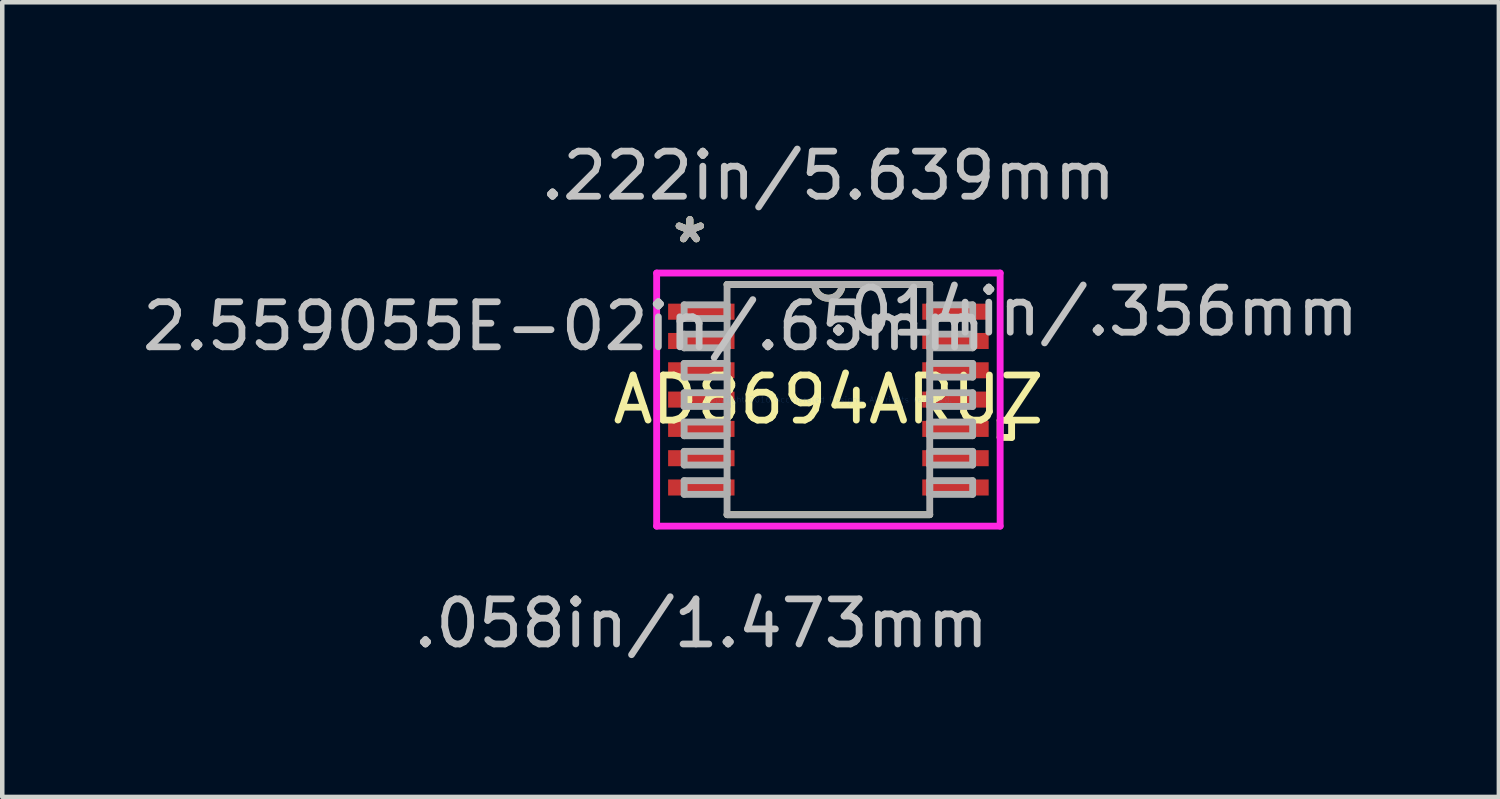
<source format=kicad_pcb>
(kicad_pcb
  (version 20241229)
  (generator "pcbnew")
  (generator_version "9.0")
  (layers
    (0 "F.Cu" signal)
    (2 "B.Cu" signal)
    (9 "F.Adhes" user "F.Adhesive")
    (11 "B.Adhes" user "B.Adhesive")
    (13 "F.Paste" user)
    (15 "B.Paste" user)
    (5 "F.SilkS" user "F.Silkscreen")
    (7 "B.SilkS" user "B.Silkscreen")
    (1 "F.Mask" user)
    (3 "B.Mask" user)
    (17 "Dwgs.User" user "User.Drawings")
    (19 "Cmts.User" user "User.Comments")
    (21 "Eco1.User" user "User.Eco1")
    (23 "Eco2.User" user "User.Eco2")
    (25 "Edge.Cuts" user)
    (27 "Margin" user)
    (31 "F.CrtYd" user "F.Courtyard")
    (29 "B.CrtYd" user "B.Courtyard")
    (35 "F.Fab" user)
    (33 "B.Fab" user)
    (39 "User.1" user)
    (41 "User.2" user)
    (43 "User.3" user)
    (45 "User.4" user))
  (footprint "AD8694ARUZ"
    (layer "F.Cu")
    (at 15.326 5.814)
    (property "Reference" "AD8694ARUZ" (at 0 0 0) (layer "F.SilkS") (effects (font (size 1 1) (thickness 0.15))))
    (attr through_hole)
    (fp_line (start -2.248 2.553) (end 2.248 2.553) (stroke (width 0.152) (type solid)) (layer "F.SilkS"))
    (fp_line (start 2.248 -2.553) (end -2.248 -2.553) (stroke (width 0.152) (type solid)) (layer "F.SilkS"))
    (fp_line (start 3.81 0.459) (end 4.064 0.459) (stroke (width 0.152) (type solid)) (layer "F.SilkS"))
    (fp_line (start 3.81 0.84) (end 3.81 0.459) (stroke (width 0.152) (type solid)) (layer "F.SilkS"))
    (fp_line (start 4.064 0.459) (end 4.064 0.84) (stroke (width 0.152) (type solid)) (layer "F.SilkS"))
    (fp_line (start 4.064 0.84) (end 3.81 0.84) (stroke (width 0.152) (type solid)) (layer "F.SilkS"))
    (fp_arc (start 0.3048 -2.5527) (mid 0 -2.2479) (end -0.3048 -2.5527) (stroke (width 0.1524) (type solid)) (layer "F.SilkS"))
    (fp_line (start -3.81 -2.807) (end 3.81 -2.807) (stroke (width 0.152) (type solid)) (layer "F.CrtYd"))
    (fp_line (start -3.81 2.807) (end -3.81 -2.807) (stroke (width 0.152) (type solid)) (layer "F.CrtYd"))
    (fp_line (start 3.81 -2.807) (end 3.81 2.807) (stroke (width 0.152) (type solid)) (layer "F.CrtYd"))
    (fp_line (start 3.81 2.807) (end -3.81 2.807) (stroke (width 0.152) (type solid)) (layer "F.CrtYd"))
    (fp_line (start -3.2 -2.102) (end -3.2 -1.798) (stroke (width 0.152) (type solid)) (layer "F.Fab"))
    (fp_line (start -3.2 -1.798) (end -2.248 -1.798) (stroke (width 0.152) (type solid)) (layer "F.Fab"))
    (fp_line (start -3.2 -1.452) (end -3.2 -1.148) (stroke (width 0.152) (type solid)) (layer "F.Fab"))
    (fp_line (start -3.2 -1.148) (end -2.248 -1.148) (stroke (width 0.152) (type solid)) (layer "F.Fab"))
    (fp_line (start -3.2 -0.802) (end -3.2 -0.498) (stroke (width 0.152) (type solid)) (layer "F.Fab"))
    (fp_line (start -3.2 -0.498) (end -2.248 -0.498) (stroke (width 0.152) (type solid)) (layer "F.Fab"))
    (fp_line (start -3.2 -0.152) (end -3.2 0.152) (stroke (width 0.152) (type solid)) (layer "F.Fab"))
    (fp_line (start -3.2 0.152) (end -2.248 0.152) (stroke (width 0.152) (type solid)) (layer "F.Fab"))
    (fp_line (start -3.2 0.498) (end -3.2 0.802) (stroke (width 0.152) (type solid)) (layer "F.Fab"))
    (fp_line (start -3.2 0.802) (end -2.248 0.802) (stroke (width 0.152) (type solid)) (layer "F.Fab"))
    (fp_line (start -3.2 1.148) (end -3.2 1.452) (stroke (width 0.152) (type solid)) (layer "F.Fab"))
    (fp_line (start -3.2 1.452) (end -2.248 1.452) (stroke (width 0.152) (type solid)) (layer "F.Fab"))
    (fp_line (start -3.2 1.798) (end -3.2 2.102) (stroke (width 0.152) (type solid)) (layer "F.Fab"))
    (fp_line (start -3.2 2.102) (end -2.248 2.102) (stroke (width 0.152) (type solid)) (layer "F.Fab"))
    (fp_line (start -2.248 -2.553) (end -2.248 2.553) (stroke (width 0.152) (type solid)) (layer "F.Fab"))
    (fp_line (start -2.248 -2.102) (end -3.2 -2.102) (stroke (width 0.152) (type solid)) (layer "F.Fab"))
    (fp_line (start -2.248 -1.798) (end -2.248 -2.102) (stroke (width 0.152) (type solid)) (layer "F.Fab"))
    (fp_line (start -2.248 -1.452) (end -3.2 -1.452) (stroke (width 0.152) (type solid)) (layer "F.Fab"))
    (fp_line (start -2.248 -1.148) (end -2.248 -1.452) (stroke (width 0.152) (type solid)) (layer "F.Fab"))
    (fp_line (start -2.248 -0.802) (end -3.2 -0.802) (stroke (width 0.152) (type solid)) (layer "F.Fab"))
    (fp_line (start -2.248 -0.498) (end -2.248 -0.802) (stroke (width 0.152) (type solid)) (layer "F.Fab"))
    (fp_line (start -2.248 -0.152) (end -3.2 -0.152) (stroke (width 0.152) (type solid)) (layer "F.Fab"))
    (fp_line (start -2.248 0.152) (end -2.248 -0.152) (stroke (width 0.152) (type solid)) (layer "F.Fab"))
    (fp_line (start -2.248 0.498) (end -3.2 0.498) (stroke (width 0.152) (type solid)) (layer "F.Fab"))
    (fp_line (start -2.248 0.802) (end -2.248 0.498) (stroke (width 0.152) (type solid)) (layer "F.Fab"))
    (fp_line (start -2.248 1.148) (end -3.2 1.148) (stroke (width 0.152) (type solid)) (layer "F.Fab"))
    (fp_line (start -2.248 1.452) (end -2.248 1.148) (stroke (width 0.152) (type solid)) (layer "F.Fab"))
    (fp_line (start -2.248 1.798) (end -3.2 1.798) (stroke (width 0.152) (type solid)) (layer "F.Fab"))
    (fp_line (start -2.248 2.102) (end -2.248 1.798) (stroke (width 0.152) (type solid)) (layer "F.Fab"))
    (fp_line (start -2.248 2.553) (end 2.248 2.553) (stroke (width 0.152) (type solid)) (layer "F.Fab"))
    (fp_line (start 2.248 -2.553) (end -2.248 -2.553) (stroke (width 0.152) (type solid)) (layer "F.Fab"))
    (fp_line (start 2.248 -2.102) (end 2.248 -1.798) (stroke (width 0.152) (type solid)) (layer "F.Fab"))
    (fp_line (start 2.248 -1.798) (end 3.2 -1.798) (stroke (width 0.152) (type solid)) (layer "F.Fab"))
    (fp_line (start 2.248 -1.452) (end 2.248 -1.148) (stroke (width 0.152) (type solid)) (layer "F.Fab"))
    (fp_line (start 2.248 -1.148) (end 3.2 -1.148) (stroke (width 0.152) (type solid)) (layer "F.Fab"))
    (fp_line (start 2.248 -0.802) (end 2.248 -0.498) (stroke (width 0.152) (type solid)) (layer "F.Fab"))
    (fp_line (start 2.248 -0.498) (end 3.2 -0.498) (stroke (width 0.152) (type solid)) (layer "F.Fab"))
    (fp_line (start 2.248 -0.152) (end 2.248 0.152) (stroke (width 0.152) (type solid)) (layer "F.Fab"))
    (fp_line (start 2.248 0.152) (end 3.2 0.152) (stroke (width 0.152) (type solid)) (layer "F.Fab"))
    (fp_line (start 2.248 0.498) (end 2.248 0.802) (stroke (width 0.152) (type solid)) (layer "F.Fab"))
    (fp_line (start 2.248 0.802) (end 3.2 0.802) (stroke (width 0.152) (type solid)) (layer "F.Fab"))
    (fp_line (start 2.248 1.148) (end 2.248 1.452) (stroke (width 0.152) (type solid)) (layer "F.Fab"))
    (fp_line (start 2.248 1.452) (end 3.2 1.452) (stroke (width 0.152) (type solid)) (layer "F.Fab"))
    (fp_line (start 2.248 1.798) (end 2.248 2.102) (stroke (width 0.152) (type solid)) (layer "F.Fab"))
    (fp_line (start 2.248 2.102) (end 3.2 2.102) (stroke (width 0.152) (type solid)) (layer "F.Fab"))
    (fp_line (start 2.248 2.553) (end 2.248 -2.553) (stroke (width 0.152) (type solid)) (layer "F.Fab"))
    (fp_line (start 3.2 -2.102) (end 2.248 -2.102) (stroke (width 0.152) (type solid)) (layer "F.Fab"))
    (fp_line (start 3.2 -1.798) (end 3.2 -2.102) (stroke (width 0.152) (type solid)) (layer "F.Fab"))
    (fp_line (start 3.2 -1.452) (end 2.248 -1.452) (stroke (width 0.152) (type solid)) (layer "F.Fab"))
    (fp_line (start 3.2 -1.148) (end 3.2 -1.452) (stroke (width 0.152) (type solid)) (layer "F.Fab"))
    (fp_line (start 3.2 -0.802) (end 2.248 -0.802) (stroke (width 0.152) (type solid)) (layer "F.Fab"))
    (fp_line (start 3.2 -0.498) (end 3.2 -0.802) (stroke (width 0.152) (type solid)) (layer "F.Fab"))
    (fp_line (start 3.2 -0.152) (end 2.248 -0.152) (stroke (width 0.152) (type solid)) (layer "F.Fab"))
    (fp_line (start 3.2 0.152) (end 3.2 -0.152) (stroke (width 0.152) (type solid)) (layer "F.Fab"))
    (fp_line (start 3.2 0.498) (end 2.248 0.498) (stroke (width 0.152) (type solid)) (layer "F.Fab"))
    (fp_line (start 3.2 0.802) (end 3.2 0.498) (stroke (width 0.152) (type solid)) (layer "F.Fab"))
    (fp_line (start 3.2 1.148) (end 2.248 1.148) (stroke (width 0.152) (type solid)) (layer "F.Fab"))
    (fp_line (start 3.2 1.452) (end 3.2 1.148) (stroke (width 0.152) (type solid)) (layer "F.Fab"))
    (fp_line (start 3.2 1.798) (end 2.248 1.798) (stroke (width 0.152) (type solid)) (layer "F.Fab"))
    (fp_line (start 3.2 2.102) (end 3.2 1.798) (stroke (width 0.152) (type solid)) (layer "F.Fab"))
    (fp_arc (start 0.3048 -2.5527) (mid 0 -2.2479) (end -0.3048 -2.5527) (stroke (width 0.1524) (type solid)) (layer "F.Fab"))
    (fp_text user "*" (at -3.073 -3.449 0) (layer "F.SilkS") (effects (font (size 1 1) (thickness 0.15))))
    (fp_text user "*" (at -3.073 -3.449 0) (layer "F.SilkS") (effects (font (size 1 1) (thickness 0.15))))
    (fp_text user ".058in/1.473mm" (at -2.819 4.966 0) (layer "Dwgs.User") (effects (font (size 1 1) (thickness 0.15))))
    (fp_text user ".014in/.356mm" (at 5.867 -1.95 0) (layer "Dwgs.User") (effects (font (size 1 1) (thickness 0.15))))
    (fp_text user "2.559055E-02in/.65mm" (at -5.867 -1.625 0) (layer "Dwgs.User") (effects (font (size 1 1) (thickness 0.15))))
    (fp_text user ".222in/5.639mm" (at 0 -4.966 0) (layer "Dwgs.User") (effects (font (size 1 1) (thickness 0.15))))
    (fp_text user "Copyright 2016 Accelerated Designs. All rights reserved." (at 0 0 0) (layer "Cmts.User") (effects (font (size 0.127 0.127) (thickness 0.002))))
    (fp_text user "*" (at -3.073 -3.449 0) (layer "F.Fab") (effects (font (size 1 1) (thickness 0.15))))
    (fp_text user "*" (at -3.073 -3.449 0) (layer "F.Fab") (effects (font (size 1 1) (thickness 0.15))))
    (pad "1" smd rect (at -2.819 -1.95) (size 1.473 0.356) (layers "F.Cu" "F.Mask" "F.Paste"))
    (pad "2" smd rect (at -2.819 -1.3) (size 1.473 0.356) (layers "F.Cu" "F.Mask" "F.Paste"))
    (pad "3" smd rect (at -2.819 -0.65) (size 1.473 0.356) (layers "F.Cu" "F.Mask" "F.Paste"))
    (pad "4" smd rect (at -2.819 0) (size 1.473 0.356) (layers "F.Cu" "F.Mask" "F.Paste"))
    (pad "5" smd rect (at -2.819 0.65) (size 1.473 0.356) (layers "F.Cu" "F.Mask" "F.Paste"))
    (pad "6" smd rect (at -2.819 1.3) (size 1.473 0.356) (layers "F.Cu" "F.Mask" "F.Paste"))
    (pad "7" smd rect (at -2.819 1.95) (size 1.473 0.356) (layers "F.Cu" "F.Mask" "F.Paste"))
    (pad "8" smd rect (at 2.819 1.95) (size 1.473 0.356) (layers "F.Cu" "F.Mask" "F.Paste"))
    (pad "9" smd rect (at 2.819 1.3) (size 1.473 0.356) (layers "F.Cu" "F.Mask" "F.Paste"))
    (pad "10" smd rect (at 2.819 0.65) (size 1.473 0.356) (layers "F.Cu" "F.Mask" "F.Paste"))
    (pad "11" smd rect (at 2.819 0) (size 1.473 0.356) (layers "F.Cu" "F.Mask" "F.Paste"))
    (pad "12" smd rect (at 2.819 -0.65) (size 1.473 0.356) (layers "F.Cu" "F.Mask" "F.Paste"))
    (pad "13" smd rect (at 2.819 -1.3) (size 1.473 0.356) (layers "F.Cu" "F.Mask" "F.Paste"))
    (pad "14" smd rect (at 2.819 -1.95) (size 1.473 0.356) (layers "F.Cu" "F.Mask" "F.Paste")))
  (gr_rect
    (start -3 -3)
    (end 30.199 14.628)
    (stroke (width 0.1) (type default))
    (fill no)
    (layer "Edge.Cuts")))
</source>
